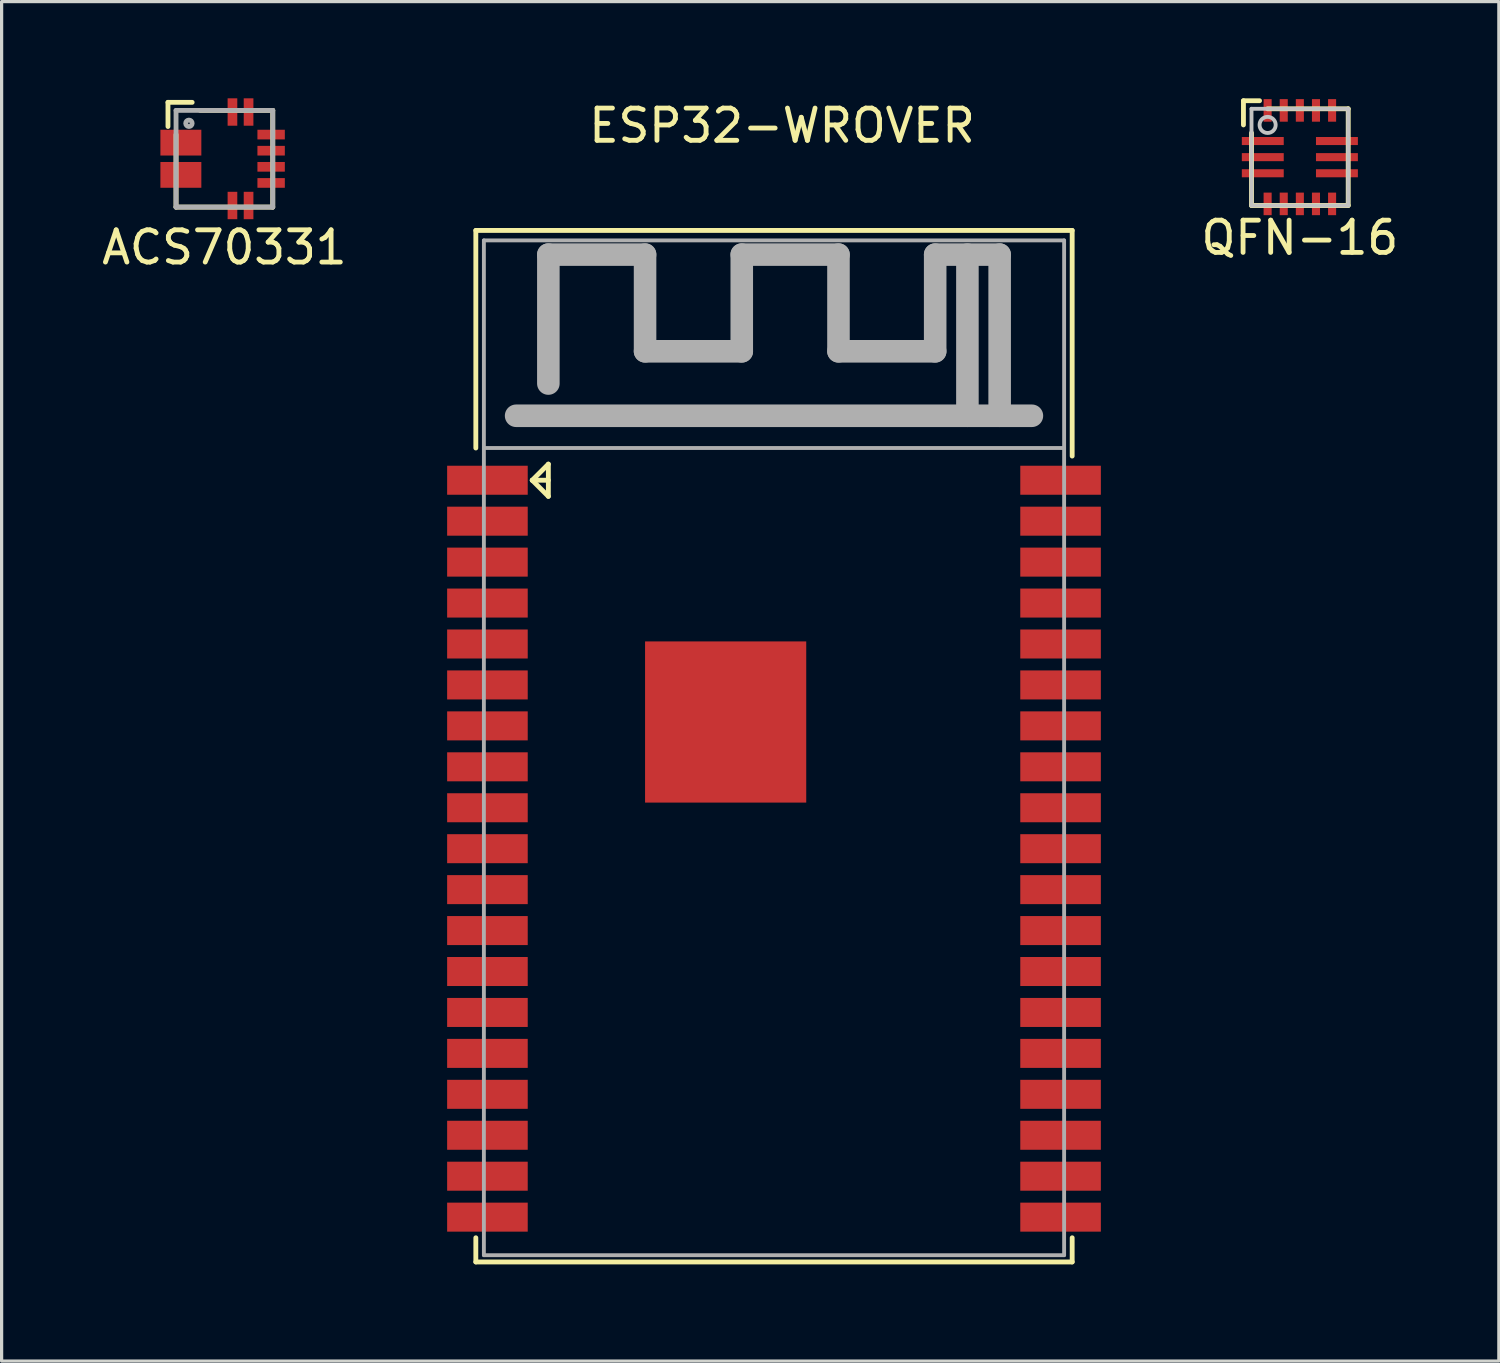
<source format=kicad_pcb>
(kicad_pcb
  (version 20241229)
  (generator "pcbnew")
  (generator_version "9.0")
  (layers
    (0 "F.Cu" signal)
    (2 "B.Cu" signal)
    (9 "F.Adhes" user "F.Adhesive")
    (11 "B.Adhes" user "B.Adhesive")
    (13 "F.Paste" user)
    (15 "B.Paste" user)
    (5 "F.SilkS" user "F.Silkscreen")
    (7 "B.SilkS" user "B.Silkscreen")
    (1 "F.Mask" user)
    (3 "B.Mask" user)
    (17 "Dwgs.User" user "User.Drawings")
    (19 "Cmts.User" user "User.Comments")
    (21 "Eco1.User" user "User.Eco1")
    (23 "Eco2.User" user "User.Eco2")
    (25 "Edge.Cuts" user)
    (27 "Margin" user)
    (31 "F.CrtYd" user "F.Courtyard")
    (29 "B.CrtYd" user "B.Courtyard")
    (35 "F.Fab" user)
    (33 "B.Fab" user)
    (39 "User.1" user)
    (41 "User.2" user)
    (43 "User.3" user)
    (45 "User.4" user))
  (footprint "ACS70331"
    (layer "F.Cu")
    (at 3.911 1.875)
    (property "Reference" "ACS70331" (at 0 2.75 0) (layer "F.SilkS") (effects (font (size 1 1) (thickness 0.15))))
    (attr through_hole)
    (fp_line (start -1.75 -1.75) (end -1 -1.75) (stroke (width 0.15) (type solid)) (layer "F.SilkS"))
    (fp_line (start -1.75 -1) (end -1.75 -1.75) (stroke (width 0.15) (type solid)) (layer "F.SilkS"))
    (fp_line (start -1.5 1.5) (end -1.5 -0.75) (stroke (width 0.15) (type solid)) (layer "F.SilkS"))
    (fp_line (start -0.75 -1.5) (end 1.5 -1.5) (stroke (width 0.15) (type solid)) (layer "F.SilkS"))
    (fp_line (start 1.5 -1.5) (end 1.5 1.5) (stroke (width 0.15) (type solid)) (layer "F.SilkS"))
    (fp_line (start 1.5 1.5) (end -1.5 1.5) (stroke (width 0.15) (type solid)) (layer "F.SilkS"))
    (fp_line (start -1.5 -1.5) (end 1.5 -1.5) (stroke (width 0.15) (type solid)) (layer "F.Fab"))
    (fp_line (start -1.5 1.5) (end -1.5 -1.5) (stroke (width 0.15) (type solid)) (layer "F.Fab"))
    (fp_line (start 1.5 -1.5) (end 1.5 1.5) (stroke (width 0.15) (type solid)) (layer "F.Fab"))
    (fp_line (start 1.5 1.5) (end -1.5 1.5) (stroke (width 0.15) (type solid)) (layer "F.Fab"))
    (fp_circle (center -1.1 -1.1) (end -1.1 -1.2) (stroke (width 0.15) (type solid)) (fill no) (layer "F.Fab"))
    (pad "1" smd rect (at -1.35 -0.5) (size 1.27 0.8) (layers "F.Cu" "F.Mask" "F.Paste"))
    (pad "3" smd rect (at -1.35 0.5) (size 1.27 0.8) (layers "F.Cu" "F.Mask" "F.Paste"))
    (pad "5" smd rect (at 0.25 1.45) (size 0.3 0.85) (layers "F.Cu" "F.Mask" "F.Paste"))
    (pad "6" smd rect (at 0.75 1.45) (size 0.3 0.85) (layers "F.Cu" "F.Mask" "F.Paste"))
    (pad "7" smd rect (at 1.45 0.75 90) (size 0.3 0.85) (layers "F.Cu" "F.Mask" "F.Paste"))
    (pad "8" smd rect (at 1.45 0.25 90) (size 0.3 0.85) (layers "F.Cu" "F.Mask" "F.Paste"))
    (pad "9" smd rect (at 1.45 -0.25 90) (size 0.3 0.85) (layers "F.Cu" "F.Mask" "F.Paste"))
    (pad "10" smd rect (at 1.45 -0.75 90) (size 0.3 0.85) (layers "F.Cu" "F.Mask" "F.Paste"))
    (pad "11" smd rect (at 0.75 -1.45) (size 0.3 0.85) (layers "F.Cu" "F.Mask" "F.Paste"))
    (pad "12" smd rect (at 0.25 -1.45) (size 0.3 0.85) (layers "F.Cu" "F.Mask" "F.Paste")))
  (footprint "ESP32-WROVER"
    (layer "F.Cu")
    (at 20.961 11.848)
    (property "Reference" "ESP32-WROVER" (at 0.25 -11 0) (layer "F.SilkS") (effects (font (size 1 1) (thickness 0.15))))
    (attr through_hole)
    (fp_line (start -9.25 -7.75) (end 9.25 -7.75) (stroke (width 0.15) (type solid)) (layer "F.SilkS"))
    (fp_line (start -9.25 -1) (end -9.25 -7.75) (stroke (width 0.15) (type solid)) (layer "F.SilkS"))
    (fp_line (start -9.25 23.5) (end -9.25 24.25) (stroke (width 0.15) (type solid)) (layer "F.SilkS"))
    (fp_line (start -9.25 24.25) (end 9.25 24.25) (stroke (width 0.15) (type solid)) (layer "F.SilkS"))
    (fp_line (start -7.5 0) (end -7 -0.5) (stroke (width 0.15) (type solid)) (layer "F.SilkS"))
    (fp_line (start -7 -0.5) (end -7 0.5) (stroke (width 0.15) (type solid)) (layer "F.SilkS"))
    (fp_line (start -7 0) (end -7.5 0) (stroke (width 0.15) (type solid)) (layer "F.SilkS"))
    (fp_line (start -7 0.5) (end -7.5 0) (stroke (width 0.15) (type solid)) (layer "F.SilkS"))
    (fp_line (start 9.25 -7.75) (end 9.25 -0.75) (stroke (width 0.15) (type solid)) (layer "F.SilkS"))
    (fp_line (start 9.25 24.25) (end 9.25 23.5) (stroke (width 0.15) (type solid)) (layer "F.SilkS"))
    (fp_line (start -9 -7.44) (end -9 24.04) (stroke (width 0.12) (type solid)) (layer "F.Fab"))
    (fp_line (start -9 -1) (end 9 -1) (stroke (width 0.12) (type solid)) (layer "F.Fab"))
    (fp_line (start -9 24.04) (end 9 24.04) (stroke (width 0.12) (type solid)) (layer "F.Fab"))
    (fp_line (start -8 -2) (end 8 -2) (stroke (width 0.7) (type solid)) (layer "F.Fab"))
    (fp_line (start -7 -7) (end -7 -3) (stroke (width 0.7) (type solid)) (layer "F.Fab"))
    (fp_line (start -4 -7) (end -7 -7) (stroke (width 0.7) (type solid)) (layer "F.Fab"))
    (fp_line (start -4 -4) (end -4 -7) (stroke (width 0.7) (type solid)) (layer "F.Fab"))
    (fp_line (start -1 -7) (end -1 -4) (stroke (width 0.7) (type solid)) (layer "F.Fab"))
    (fp_line (start -1 -4) (end -4 -4) (stroke (width 0.7) (type solid)) (layer "F.Fab"))
    (fp_line (start 2 -7) (end -1 -7) (stroke (width 0.7) (type solid)) (layer "F.Fab"))
    (fp_line (start 2 -4) (end 2 -7) (stroke (width 0.7) (type solid)) (layer "F.Fab"))
    (fp_line (start 5 -7) (end 5 -4) (stroke (width 0.7) (type solid)) (layer "F.Fab"))
    (fp_line (start 5 -4) (end 2 -4) (stroke (width 0.7) (type solid)) (layer "F.Fab"))
    (fp_line (start 6 -2) (end 6 -7) (stroke (width 0.7) (type solid)) (layer "F.Fab"))
    (fp_line (start 7 -7) (end 5 -7) (stroke (width 0.7) (type solid)) (layer "F.Fab"))
    (fp_line (start 7 -2) (end 7 -7) (stroke (width 0.7) (type solid)) (layer "F.Fab"))
    (fp_line (start 9 -7.44) (end -9 -7.44) (stroke (width 0.12) (type solid)) (layer "F.Fab"))
    (fp_line (start 9 -7.44) (end 9 24.04) (stroke (width 0.12) (type solid)) (layer "F.Fab"))
    (pad "1" smd rect (at -8.89 0) (size 2.5 0.9) (layers "F.Cu" "F.Mask" "F.Paste"))
    (pad "2" smd rect (at -8.89 1.27) (size 2.5 0.9) (layers "F.Cu" "F.Mask" "F.Paste"))
    (pad "3" smd rect (at -8.89 2.54) (size 2.5 0.9) (layers "F.Cu" "F.Mask" "F.Paste"))
    (pad "4" smd rect (at -8.89 3.81) (size 2.5 0.9) (layers "F.Cu" "F.Mask" "F.Paste"))
    (pad "5" smd rect (at -8.89 5.08) (size 2.5 0.9) (layers "F.Cu" "F.Mask" "F.Paste"))
    (pad "6" smd rect (at -8.89 6.35) (size 2.5 0.9) (layers "F.Cu" "F.Mask" "F.Paste"))
    (pad "7" smd rect (at -8.89 7.62) (size 2.5 0.9) (layers "F.Cu" "F.Mask" "F.Paste"))
    (pad "8" smd rect (at -8.89 8.89) (size 2.5 0.9) (layers "F.Cu" "F.Mask" "F.Paste"))
    (pad "9" smd rect (at -8.89 10.16) (size 2.5 0.9) (layers "F.Cu" "F.Mask" "F.Paste"))
    (pad "10" smd rect (at -8.89 11.43) (size 2.5 0.9) (layers "F.Cu" "F.Mask" "F.Paste"))
    (pad "11" smd rect (at -8.89 12.7) (size 2.5 0.9) (layers "F.Cu" "F.Mask" "F.Paste"))
    (pad "12" smd rect (at -8.89 13.97) (size 2.5 0.9) (layers "F.Cu" "F.Mask" "F.Paste"))
    (pad "13" smd rect (at -8.89 15.24) (size 2.5 0.9) (layers "F.Cu" "F.Mask" "F.Paste"))
    (pad "14" smd rect (at -8.89 16.51) (size 2.5 0.9) (layers "F.Cu" "F.Mask" "F.Paste"))
    (pad "15" smd rect (at -8.89 17.78) (size 2.5 0.9) (layers "F.Cu" "F.Mask" "F.Paste"))
    (pad "16" smd rect (at -8.89 19.05) (size 2.5 0.9) (layers "F.Cu" "F.Mask" "F.Paste"))
    (pad "17" smd rect (at -8.89 20.32) (size 2.5 0.9) (layers "F.Cu" "F.Mask" "F.Paste"))
    (pad "18" smd rect (at -8.89 21.59) (size 2.5 0.9) (layers "F.Cu" "F.Mask" "F.Paste"))
    (pad "19" smd rect (at -8.89 22.86) (size 2.5 0.9) (layers "F.Cu" "F.Mask" "F.Paste"))
    (pad "20" smd rect (at 8.89 22.86) (size 2.5 0.9) (layers "F.Cu" "F.Mask" "F.Paste"))
    (pad "21" smd rect (at 8.89 21.59) (size 2.5 0.9) (layers "F.Cu" "F.Mask" "F.Paste"))
    (pad "22" smd rect (at 8.89 20.32) (size 2.5 0.9) (layers "F.Cu" "F.Mask" "F.Paste"))
    (pad "23" smd rect (at 8.89 19.05) (size 2.5 0.9) (layers "F.Cu" "F.Mask" "F.Paste"))
    (pad "24" smd rect (at 8.89 17.78) (size 2.5 0.9) (layers "F.Cu" "F.Mask" "F.Paste"))
    (pad "25" smd rect (at 8.89 16.51) (size 2.5 0.9) (layers "F.Cu" "F.Mask" "F.Paste"))
    (pad "26" smd rect (at 8.89 15.24) (size 2.5 0.9) (layers "F.Cu" "F.Mask" "F.Paste"))
    (pad "27" smd rect (at 8.89 13.97) (size 2.5 0.9) (layers "F.Cu" "F.Mask" "F.Paste"))
    (pad "28" smd rect (at 8.89 12.7) (size 2.5 0.9) (layers "F.Cu" "F.Mask" "F.Paste"))
    (pad "29" smd rect (at 8.89 11.43) (size 2.5 0.9) (layers "F.Cu" "F.Mask" "F.Paste"))
    (pad "30" smd rect (at 8.89 10.16) (size 2.5 0.9) (layers "F.Cu" "F.Mask" "F.Paste"))
    (pad "31" smd rect (at 8.89 8.89) (size 2.5 0.9) (layers "F.Cu" "F.Mask" "F.Paste"))
    (pad "32" smd rect (at 8.89 7.62) (size 2.5 0.9) (layers "F.Cu" "F.Mask" "F.Paste"))
    (pad "33" smd rect (at 8.89 6.35) (size 2.5 0.9) (layers "F.Cu" "F.Mask" "F.Paste"))
    (pad "34" smd rect (at 8.89 5.08) (size 2.5 0.9) (layers "F.Cu" "F.Mask" "F.Paste"))
    (pad "35" smd rect (at 8.89 3.81) (size 2.5 0.9) (layers "F.Cu" "F.Mask" "F.Paste"))
    (pad "36" smd rect (at 8.89 2.54) (size 2.5 0.9) (layers "F.Cu" "F.Mask" "F.Paste"))
    (pad "37" smd rect (at 8.89 1.27) (size 2.5 0.9) (layers "F.Cu" "F.Mask" "F.Paste"))
    (pad "38" smd rect (at 8.89 0) (size 2.5 0.9) (layers "F.Cu" "F.Mask" "F.Paste"))
    (pad "39" smd rect (at -1.5 7.5) (size 5 5) (layers "F.Cu" "F.Mask" "F.Paste")))
  (footprint "QFN-16"
    (layer "F.Cu")
    (at 37.274 1.825)
    (property "Reference" "QFN-16" (at 0 2.5 0) (layer "F.SilkS") (effects (font (size 1 1) (thickness 0.15))))
    (attr through_hole)
    (fp_line (start -1.75 -1.75) (end -1.25 -1.75) (stroke (width 0.15) (type solid)) (layer "F.SilkS"))
    (fp_line (start -1.75 -1) (end -1.75 -1.75) (stroke (width 0.15) (type solid)) (layer "F.SilkS"))
    (fp_line (start -1.5 -0.75) (end -1.5 1.5) (stroke (width 0.15) (type solid)) (layer "F.SilkS"))
    (fp_line (start -1.5 1.5) (end 1.5 1.5) (stroke (width 0.15) (type solid)) (layer "F.SilkS"))
    (fp_line (start 1.5 -1.5) (end -1 -1.5) (stroke (width 0.15) (type solid)) (layer "F.SilkS"))
    (fp_line (start 1.5 1.5) (end 1.5 -1.5) (stroke (width 0.15) (type solid)) (layer "F.SilkS"))
    (fp_line (start -1.5 -1.5) (end 1.5 -1.5) (stroke (width 0.12) (type solid)) (layer "Dwgs.User"))
    (fp_line (start -1.5 1.5) (end -1.5 -1.5) (stroke (width 0.12) (type solid)) (layer "Dwgs.User"))
    (fp_line (start 1.5 -1.5) (end 1.5 1.5) (stroke (width 0.12) (type solid)) (layer "Dwgs.User"))
    (fp_line (start 1.5 1.5) (end -1.5 1.5) (stroke (width 0.12) (type solid)) (layer "Dwgs.User"))
    (fp_circle (center -1 -1) (end -1 -1.25) (stroke (width 0.12) (type solid)) (fill no) (layer "Dwgs.User"))
    (pad "1" smd rect (at -1.15 -0.5) (size 1.3 0.25) (layers "F.Cu" "F.Mask" "F.Paste"))
    (pad "2" smd rect (at -1.15 0) (size 1.3 0.25) (layers "F.Cu" "F.Mask" "F.Paste"))
    (pad "3" smd rect (at -1.15 0.5) (size 1.3 0.25) (layers "F.Cu" "F.Mask" "F.Paste"))
    (pad "4" smd rect (at -1 1.45) (size 0.25 0.7) (layers "F.Cu" "F.Mask" "F.Paste"))
    (pad "5" smd rect (at -0.5 1.45) (size 0.25 0.7) (layers "F.Cu" "F.Mask" "F.Paste"))
    (pad "6" smd rect (at 0 1.45) (size 0.25 0.7) (layers "F.Cu" "F.Mask" "F.Paste"))
    (pad "7" smd rect (at 0.5 1.45) (size 0.25 0.7) (layers "F.Cu" "F.Mask" "F.Paste"))
    (pad "8" smd rect (at 1 1.45) (size 0.25 0.7) (layers "F.Cu" "F.Mask" "F.Paste"))
    (pad "9" smd rect (at 1.15 0.5) (size 1.3 0.25) (layers "F.Cu" "F.Mask" "F.Paste"))
    (pad "10" smd rect (at 1.15 0) (size 1.3 0.25) (layers "F.Cu" "F.Mask" "F.Paste"))
    (pad "11" smd rect (at 1.15 -0.5) (size 1.3 0.25) (layers "F.Cu" "F.Mask" "F.Paste"))
    (pad "12" smd rect (at 1 -1.45) (size 0.25 0.7) (layers "F.Cu" "F.Mask" "F.Paste"))
    (pad "13" smd rect (at 0.5 -1.45) (size 0.25 0.7) (layers "F.Cu" "F.Mask" "F.Paste"))
    (pad "14" smd rect (at 0 -1.45) (size 0.25 0.7) (layers "F.Cu" "F.Mask" "F.Paste"))
    (pad "15" smd rect (at -0.5 -1.45) (size 0.25 0.7) (layers "F.Cu" "F.Mask" "F.Paste"))
    (pad "16" smd rect (at -1 -1.45) (size 0.25 0.7) (layers "F.Cu" "F.Mask" "F.Paste")))
  (gr_rect
    (start -3 -3)
    (end 43.447 39.173)
    (stroke (width 0.1) (type default))
    (fill no)
    (layer "Edge.Cuts")))
</source>
